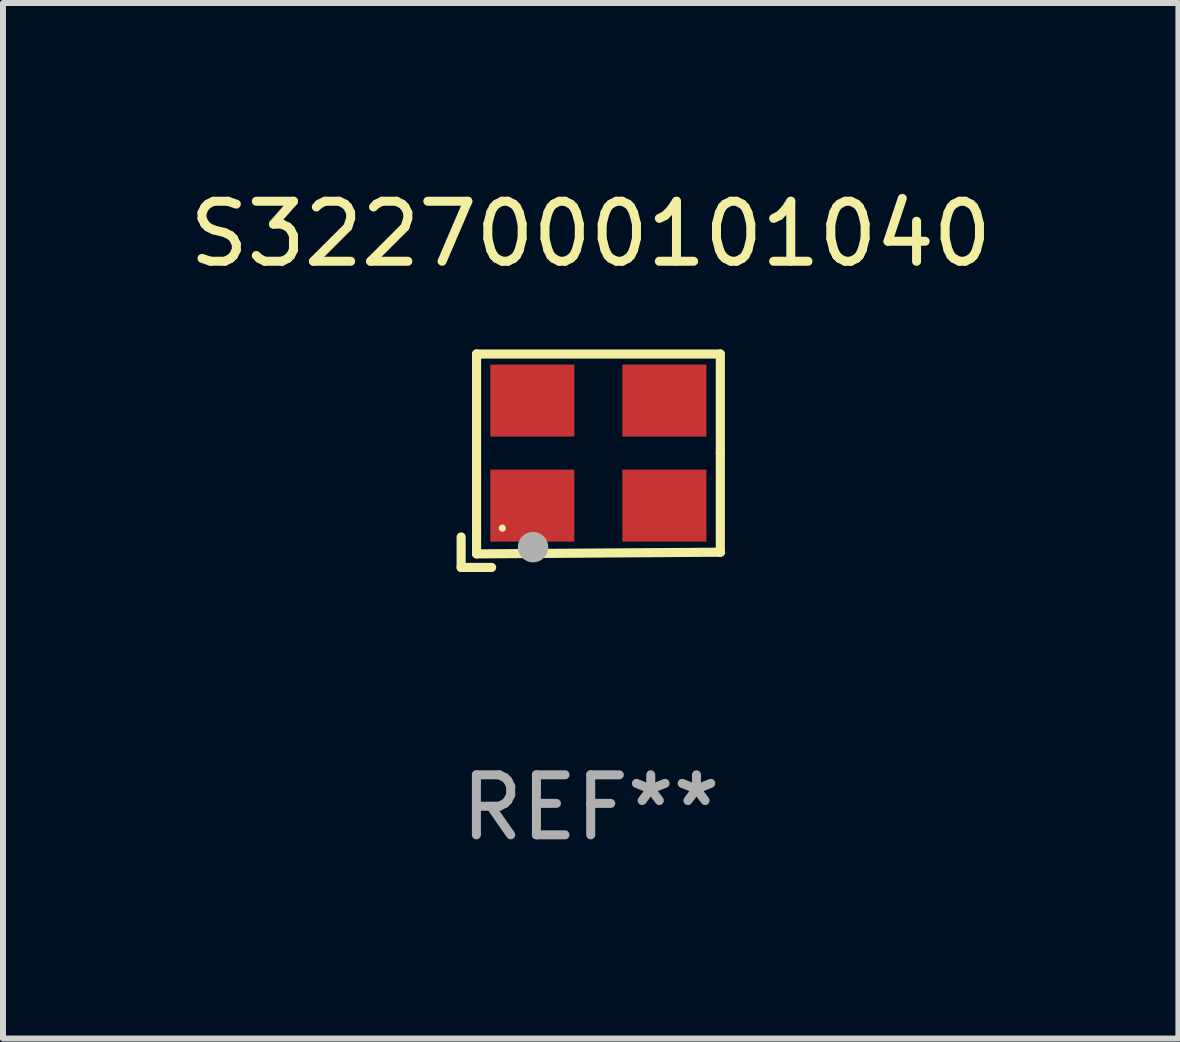
<source format=kicad_pcb>
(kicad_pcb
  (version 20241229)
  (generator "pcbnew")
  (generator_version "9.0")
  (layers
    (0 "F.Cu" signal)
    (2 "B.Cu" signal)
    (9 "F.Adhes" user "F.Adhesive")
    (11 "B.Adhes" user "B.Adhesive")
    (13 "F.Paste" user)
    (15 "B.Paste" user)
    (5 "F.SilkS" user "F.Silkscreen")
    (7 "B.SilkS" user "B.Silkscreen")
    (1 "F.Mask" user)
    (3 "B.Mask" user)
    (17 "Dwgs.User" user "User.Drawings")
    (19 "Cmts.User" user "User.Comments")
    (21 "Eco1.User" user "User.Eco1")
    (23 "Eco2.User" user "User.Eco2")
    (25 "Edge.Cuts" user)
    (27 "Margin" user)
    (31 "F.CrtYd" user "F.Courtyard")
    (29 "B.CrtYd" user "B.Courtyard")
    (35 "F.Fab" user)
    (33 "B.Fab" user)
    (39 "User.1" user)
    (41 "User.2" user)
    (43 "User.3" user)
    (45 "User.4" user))
  (footprint "S3227000101040"
    (layer "F.Cu")
    (at 6.792 4.626)
    (property "Reference" "S3227000101040" (at 0 -3.778 0) (layer "F.SilkS") (effects (font (size 1 1) (thickness 0.15))))
    (attr through_hole)
    (fp_line (start -2.159 1.27) (end -2.159 1.778) (stroke (width 0.152) (type solid)) (layer "F.SilkS"))
    (fp_line (start -2.159 1.778) (end -1.651 1.778) (stroke (width 0.152) (type solid)) (layer "F.SilkS"))
    (fp_line (start -1.902 -1.778) (end 2.159 -1.778) (stroke (width 0.152) (type solid)) (layer "F.SilkS"))
    (fp_line (start -1.902 1.552) (end -1.902 -1.778) (stroke (width 0.152) (type solid)) (layer "F.SilkS"))
    (fp_line (start 2.159 -1.778) (end 2.159 -0.127) (stroke (width 0.152) (type solid)) (layer "F.SilkS"))
    (fp_line (start 2.159 -0.127) (end 2.159 1.524) (stroke (width 0.152) (type solid)) (layer "F.SilkS"))
    (fp_line (start 2.159 1.524) (end -1.902 1.552) (stroke (width 0.152) (type solid)) (layer "F.SilkS"))
    (fp_line (start 2.159 1.524) (end 2.159 1.524) (stroke (width 0.152) (type solid)) (layer "F.SilkS"))
    (fp_circle (center -1.473 1.123) (end -1.443 1.123) (stroke (width 0.06) (type solid)) (fill no) (layer "F.SilkS"))
    (fp_circle (center -0.961 1.44) (end -0.834 1.44) (stroke (width 0.254) (type solid)) (fill no) (layer "F.Fab"))
    (fp_text user "REF**" (at 0 5.778 0) (layer "F.Fab") (effects (font (size 1 1) (thickness 0.15))))
    (pad "1" smd rect (at -0.973 0.748) (size 1.4 1.2) (layers "F.Cu" "F.Mask" "F.Paste"))
    (pad "2" smd rect (at 1.227 0.748) (size 1.4 1.2) (layers "F.Cu" "F.Mask" "F.Paste"))
    (pad "3" smd rect (at 1.227 -1.002) (size 1.4 1.2) (layers "F.Cu" "F.Mask" "F.Paste"))
    (pad "4" smd rect (at -0.973 -1.002) (size 1.4 1.2) (layers "F.Cu" "F.Mask" "F.Paste")))
  (gr_rect
    (start -3 -3)
    (end 16.583 14.253)
    (stroke (width 0.1) (type default))
    (fill no)
    (layer "Edge.Cuts")))
</source>
